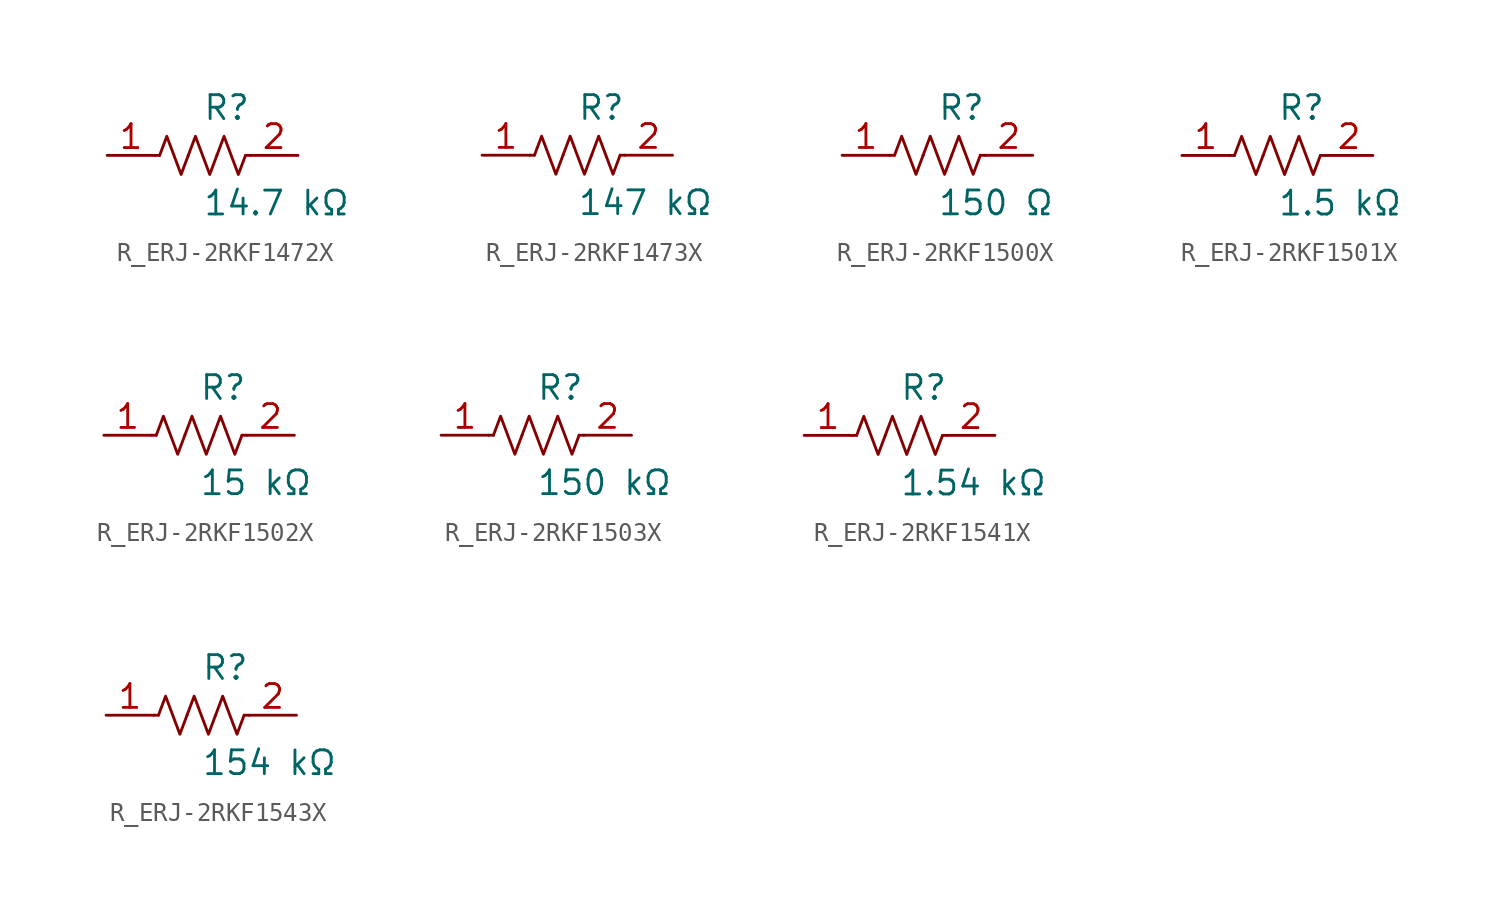
<source format=kicad_sym>
(kicad_symbol_lib
  (version 20231120)
  (generator kicad_symbol_editor)
  (generator_version 8.0)
  (symbol "R_ERJ-2RKF1472X"
    (pin_names
      (offset 0.254))
    (property "Reference" "R"
      (at 0.0 2.54 0)
      (effects (font (size 1.27 1.27)) (justify left)))
    (property "Value" "14.7 kΩ"
      (at 0.0 -2.54 0)
      (effects (font (size 1.27 1.27)) (justify left)))
    (symbol "R_ERJ-2RKF1472X_0_1"
      (polyline (pts (xy 2.286 0) (xy 2.54 0)) (stroke (width 0) (type default)) (fill (type none)))
      (polyline (pts (xy -2.286 0) (xy -2.54 0)) (stroke (width 0) (type default)) (fill (type none)))
      (polyline (pts (xy 0.762 0) (xy 1.143 1.016) (xy 1.524 0) (xy 1.905 -1.016) (xy 2.286 0)) (stroke (width 0) (type default)) (fill (type none)))
      (polyline (pts (xy -0.762 0) (xy -0.381 1.016) (xy 0 0) (xy 0.381 -1.016) (xy 0.762 0)) (stroke (width 0) (type default)) (fill (type none)))
      (polyline (pts (xy -2.286 0) (xy -1.905 1.016) (xy -1.524 0) (xy -1.143 -1.016) (xy -0.762 0)) (stroke (width 0) (type default)) (fill (type none))))
    (pin unspecified line
      (at -5.08 0 0)
      (length 2.54)
      (name "" (effects (font (size 1.27 1.27))))
      (number "1" (effects (font (size 1.27 1.27)))))
    (pin unspecified line
      (at 5.08 0 180)
      (length 2.54)
      (name "" (effects (font (size 1.27 1.27))))
      (number "2" (effects (font (size 1.27 1.27))))))
  (symbol "R_ERJ-2RKF1473X"
    (pin_names
      (offset 0.254))
    (property "Reference" "R"
      (at 0.0 2.54 0)
      (effects (font (size 1.27 1.27)) (justify left)))
    (property "Value" "147 kΩ"
      (at 0.0 -2.54 0)
      (effects (font (size 1.27 1.27)) (justify left)))
    (symbol "R_ERJ-2RKF1473X_0_1"
      (polyline (pts (xy 2.286 0) (xy 2.54 0)) (stroke (width 0) (type default)) (fill (type none)))
      (polyline (pts (xy -2.286 0) (xy -2.54 0)) (stroke (width 0) (type default)) (fill (type none)))
      (polyline (pts (xy 0.762 0) (xy 1.143 1.016) (xy 1.524 0) (xy 1.905 -1.016) (xy 2.286 0)) (stroke (width 0) (type default)) (fill (type none)))
      (polyline (pts (xy -0.762 0) (xy -0.381 1.016) (xy 0 0) (xy 0.381 -1.016) (xy 0.762 0)) (stroke (width 0) (type default)) (fill (type none)))
      (polyline (pts (xy -2.286 0) (xy -1.905 1.016) (xy -1.524 0) (xy -1.143 -1.016) (xy -0.762 0)) (stroke (width 0) (type default)) (fill (type none))))
    (pin unspecified line
      (at -5.08 0 0)
      (length 2.54)
      (name "" (effects (font (size 1.27 1.27))))
      (number "1" (effects (font (size 1.27 1.27)))))
    (pin unspecified line
      (at 5.08 0 180)
      (length 2.54)
      (name "" (effects (font (size 1.27 1.27))))
      (number "2" (effects (font (size 1.27 1.27))))))
  (symbol "R_ERJ-2RKF1500X"
    (pin_names
      (offset 0.254))
    (property "Reference" "R"
      (at 0.0 2.54 0)
      (effects (font (size 1.27 1.27)) (justify left)))
    (property "Value" "150 Ω"
      (at 0.0 -2.54 0)
      (effects (font (size 1.27 1.27)) (justify left)))
    (symbol "R_ERJ-2RKF1500X_0_1"
      (polyline (pts (xy 2.286 0) (xy 2.54 0)) (stroke (width 0) (type default)) (fill (type none)))
      (polyline (pts (xy -2.286 0) (xy -2.54 0)) (stroke (width 0) (type default)) (fill (type none)))
      (polyline (pts (xy 0.762 0) (xy 1.143 1.016) (xy 1.524 0) (xy 1.905 -1.016) (xy 2.286 0)) (stroke (width 0) (type default)) (fill (type none)))
      (polyline (pts (xy -0.762 0) (xy -0.381 1.016) (xy 0 0) (xy 0.381 -1.016) (xy 0.762 0)) (stroke (width 0) (type default)) (fill (type none)))
      (polyline (pts (xy -2.286 0) (xy -1.905 1.016) (xy -1.524 0) (xy -1.143 -1.016) (xy -0.762 0)) (stroke (width 0) (type default)) (fill (type none))))
    (pin unspecified line
      (at -5.08 0 0)
      (length 2.54)
      (name "" (effects (font (size 1.27 1.27))))
      (number "1" (effects (font (size 1.27 1.27)))))
    (pin unspecified line
      (at 5.08 0 180)
      (length 2.54)
      (name "" (effects (font (size 1.27 1.27))))
      (number "2" (effects (font (size 1.27 1.27))))))
  (symbol "R_ERJ-2RKF1501X"
    (pin_names
      (offset 0.254))
    (property "Reference" "R"
      (at 0.0 2.54 0)
      (effects (font (size 1.27 1.27)) (justify left)))
    (property "Value" "1.5 kΩ"
      (at 0.0 -2.54 0)
      (effects (font (size 1.27 1.27)) (justify left)))
    (symbol "R_ERJ-2RKF1501X_0_1"
      (polyline (pts (xy 2.286 0) (xy 2.54 0)) (stroke (width 0) (type default)) (fill (type none)))
      (polyline (pts (xy -2.286 0) (xy -2.54 0)) (stroke (width 0) (type default)) (fill (type none)))
      (polyline (pts (xy 0.762 0) (xy 1.143 1.016) (xy 1.524 0) (xy 1.905 -1.016) (xy 2.286 0)) (stroke (width 0) (type default)) (fill (type none)))
      (polyline (pts (xy -0.762 0) (xy -0.381 1.016) (xy 0 0) (xy 0.381 -1.016) (xy 0.762 0)) (stroke (width 0) (type default)) (fill (type none)))
      (polyline (pts (xy -2.286 0) (xy -1.905 1.016) (xy -1.524 0) (xy -1.143 -1.016) (xy -0.762 0)) (stroke (width 0) (type default)) (fill (type none))))
    (pin unspecified line
      (at -5.08 0 0)
      (length 2.54)
      (name "" (effects (font (size 1.27 1.27))))
      (number "1" (effects (font (size 1.27 1.27)))))
    (pin unspecified line
      (at 5.08 0 180)
      (length 2.54)
      (name "" (effects (font (size 1.27 1.27))))
      (number "2" (effects (font (size 1.27 1.27))))))
  (symbol "R_ERJ-2RKF1502X"
    (pin_names
      (offset 0.254))
    (property "Reference" "R"
      (at 0.0 2.54 0)
      (effects (font (size 1.27 1.27)) (justify left)))
    (property "Value" "15 kΩ"
      (at 0.0 -2.54 0)
      (effects (font (size 1.27 1.27)) (justify left)))
    (symbol "R_ERJ-2RKF1502X_0_1"
      (polyline (pts (xy 2.286 0) (xy 2.54 0)) (stroke (width 0) (type default)) (fill (type none)))
      (polyline (pts (xy -2.286 0) (xy -2.54 0)) (stroke (width 0) (type default)) (fill (type none)))
      (polyline (pts (xy 0.762 0) (xy 1.143 1.016) (xy 1.524 0) (xy 1.905 -1.016) (xy 2.286 0)) (stroke (width 0) (type default)) (fill (type none)))
      (polyline (pts (xy -0.762 0) (xy -0.381 1.016) (xy 0 0) (xy 0.381 -1.016) (xy 0.762 0)) (stroke (width 0) (type default)) (fill (type none)))
      (polyline (pts (xy -2.286 0) (xy -1.905 1.016) (xy -1.524 0) (xy -1.143 -1.016) (xy -0.762 0)) (stroke (width 0) (type default)) (fill (type none))))
    (pin unspecified line
      (at -5.08 0 0)
      (length 2.54)
      (name "" (effects (font (size 1.27 1.27))))
      (number "1" (effects (font (size 1.27 1.27)))))
    (pin unspecified line
      (at 5.08 0 180)
      (length 2.54)
      (name "" (effects (font (size 1.27 1.27))))
      (number "2" (effects (font (size 1.27 1.27))))))
  (symbol "R_ERJ-2RKF1503X"
    (pin_names
      (offset 0.254))
    (property "Reference" "R"
      (at 0.0 2.54 0)
      (effects (font (size 1.27 1.27)) (justify left)))
    (property "Value" "150 kΩ"
      (at 0.0 -2.54 0)
      (effects (font (size 1.27 1.27)) (justify left)))
    (symbol "R_ERJ-2RKF1503X_0_1"
      (polyline (pts (xy 2.286 0) (xy 2.54 0)) (stroke (width 0) (type default)) (fill (type none)))
      (polyline (pts (xy -2.286 0) (xy -2.54 0)) (stroke (width 0) (type default)) (fill (type none)))
      (polyline (pts (xy 0.762 0) (xy 1.143 1.016) (xy 1.524 0) (xy 1.905 -1.016) (xy 2.286 0)) (stroke (width 0) (type default)) (fill (type none)))
      (polyline (pts (xy -0.762 0) (xy -0.381 1.016) (xy 0 0) (xy 0.381 -1.016) (xy 0.762 0)) (stroke (width 0) (type default)) (fill (type none)))
      (polyline (pts (xy -2.286 0) (xy -1.905 1.016) (xy -1.524 0) (xy -1.143 -1.016) (xy -0.762 0)) (stroke (width 0) (type default)) (fill (type none))))
    (pin unspecified line
      (at -5.08 0 0)
      (length 2.54)
      (name "" (effects (font (size 1.27 1.27))))
      (number "1" (effects (font (size 1.27 1.27)))))
    (pin unspecified line
      (at 5.08 0 180)
      (length 2.54)
      (name "" (effects (font (size 1.27 1.27))))
      (number "2" (effects (font (size 1.27 1.27))))))
  (symbol "R_ERJ-2RKF1541X"
    (pin_names
      (offset 0.254))
    (property "Reference" "R"
      (at 0.0 2.54 0)
      (effects (font (size 1.27 1.27)) (justify left)))
    (property "Value" "1.54 kΩ"
      (at 0.0 -2.54 0)
      (effects (font (size 1.27 1.27)) (justify left)))
    (symbol "R_ERJ-2RKF1541X_0_1"
      (polyline (pts (xy 2.286 0) (xy 2.54 0)) (stroke (width 0) (type default)) (fill (type none)))
      (polyline (pts (xy -2.286 0) (xy -2.54 0)) (stroke (width 0) (type default)) (fill (type none)))
      (polyline (pts (xy 0.762 0) (xy 1.143 1.016) (xy 1.524 0) (xy 1.905 -1.016) (xy 2.286 0)) (stroke (width 0) (type default)) (fill (type none)))
      (polyline (pts (xy -0.762 0) (xy -0.381 1.016) (xy 0 0) (xy 0.381 -1.016) (xy 0.762 0)) (stroke (width 0) (type default)) (fill (type none)))
      (polyline (pts (xy -2.286 0) (xy -1.905 1.016) (xy -1.524 0) (xy -1.143 -1.016) (xy -0.762 0)) (stroke (width 0) (type default)) (fill (type none))))
    (pin unspecified line
      (at -5.08 0 0)
      (length 2.54)
      (name "" (effects (font (size 1.27 1.27))))
      (number "1" (effects (font (size 1.27 1.27)))))
    (pin unspecified line
      (at 5.08 0 180)
      (length 2.54)
      (name "" (effects (font (size 1.27 1.27))))
      (number "2" (effects (font (size 1.27 1.27))))))
  (symbol "R_ERJ-2RKF1543X"
    (pin_names
      (offset 0.254))
    (property "Reference" "R"
      (at 0.0 2.54 0)
      (effects (font (size 1.27 1.27)) (justify left)))
    (property "Value" "154 kΩ"
      (at 0.0 -2.54 0)
      (effects (font (size 1.27 1.27)) (justify left)))
    (symbol "R_ERJ-2RKF1543X_0_1"
      (polyline (pts (xy 2.286 0) (xy 2.54 0)) (stroke (width 0) (type default)) (fill (type none)))
      (polyline (pts (xy -2.286 0) (xy -2.54 0)) (stroke (width 0) (type default)) (fill (type none)))
      (polyline (pts (xy 0.762 0) (xy 1.143 1.016) (xy 1.524 0) (xy 1.905 -1.016) (xy 2.286 0)) (stroke (width 0) (type default)) (fill (type none)))
      (polyline (pts (xy -0.762 0) (xy -0.381 1.016) (xy 0 0) (xy 0.381 -1.016) (xy 0.762 0)) (stroke (width 0) (type default)) (fill (type none)))
      (polyline (pts (xy -2.286 0) (xy -1.905 1.016) (xy -1.524 0) (xy -1.143 -1.016) (xy -0.762 0)) (stroke (width 0) (type default)) (fill (type none))))
    (pin unspecified line
      (at -5.08 0 0)
      (length 2.54)
      (name "" (effects (font (size 1.27 1.27))))
      (number "1" (effects (font (size 1.27 1.27)))))
    (pin unspecified line
      (at 5.08 0 180)
      (length 2.54)
      (name "" (effects (font (size 1.27 1.27))))
      (number "2" (effects (font (size 1.27 1.27)))))))
</source>
